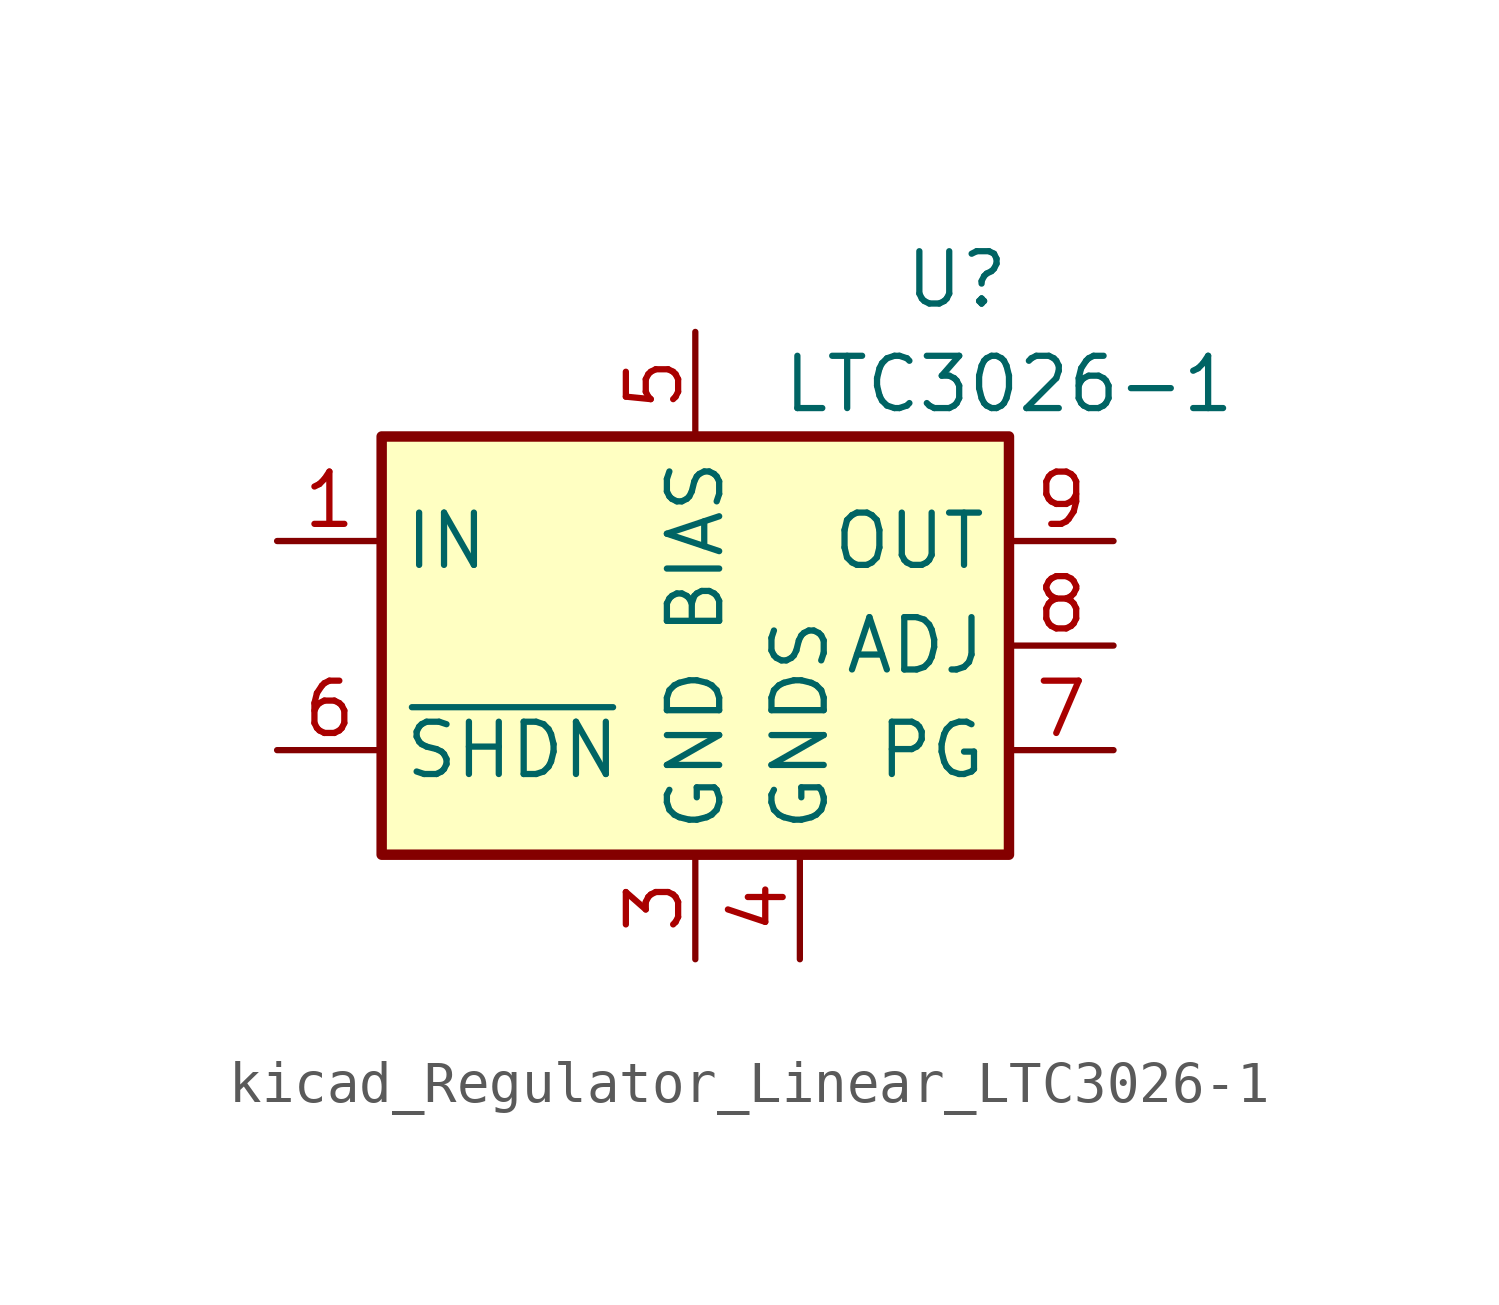
<source format=kicad_sym>
(kicad_symbol_lib
  (version 20220914)
  (generator kicad_symbol_editor)
  (symbol "kicad_Regulator_Linear_LTC3026-1"
    (property "Reference" "U"
      (at 6.35 8.89 0)
      (effects (font (size 1.27 1.27))))
    (property "Value" "LTC3026-1"
      (at 7.62 6.35 0)
      (effects (font (size 1.27 1.27))))
    (symbol "kicad_Regulator_Linear_LTC3026-1_0_1"
      (rectangle (start -7.62 5.08) (end 7.62 -5.08) (stroke (width 0.254) (type default)) (fill (type background))))
    (symbol "kicad_Regulator_Linear_LTC3026-1_1_1"
      (pin power_in line (at -10.16 2.54 0) (length 2.54) (name "IN" (effects (font (size 1.27 1.27)))) (number "1" (effects (font (size 1.27 1.27)))))
      (pin passive line (at 10.16 2.54 180) (length 2.54) hide (name "OUT" (effects (font (size 1.27 1.27)))) (number "10" (effects (font (size 1.27 1.27)))))
      (pin passive line (at 0 -7.62 90) (length 2.54) hide (name "GND" (effects (font (size 1.27 1.27)))) (number "11" (effects (font (size 1.27 1.27)))))
      (pin passive line (at -10.16 2.54 0) (length 2.54) hide (name "IN" (effects (font (size 1.27 1.27)))) (number "2" (effects (font (size 1.27 1.27)))))
      (pin power_in line (at 0 -7.62 90) (length 2.54) (name "GND" (effects (font (size 1.27 1.27)))) (number "3" (effects (font (size 1.27 1.27)))))
      (pin input line (at 2.54 -7.62 90) (length 2.54) (name "GNDS" (effects (font (size 1.27 1.27)))) (number "4" (effects (font (size 1.27 1.27)))))
      (pin power_in line (at 0 7.62 270) (length 2.54) (name "BIAS" (effects (font (size 1.27 1.27)))) (number "5" (effects (font (size 1.27 1.27)))))
      (pin input line (at -10.16 -2.54 0) (length 2.54) (name "~{SHDN}" (effects (font (size 1.27 1.27)))) (number "6" (effects (font (size 1.27 1.27)))))
      (pin open_collector line (at 10.16 -2.54 180) (length 2.54) (name "PG" (effects (font (size 1.27 1.27)))) (number "7" (effects (font (size 1.27 1.27)))))
      (pin input line (at 10.16 0 180) (length 2.54) (name "ADJ" (effects (font (size 1.27 1.27)))) (number "8" (effects (font (size 1.27 1.27)))))
      (pin power_out line (at 10.16 2.54 180) (length 2.54) (name "OUT" (effects (font (size 1.27 1.27)))) (number "9" (effects (font (size 1.27 1.27))))))))
</source>
